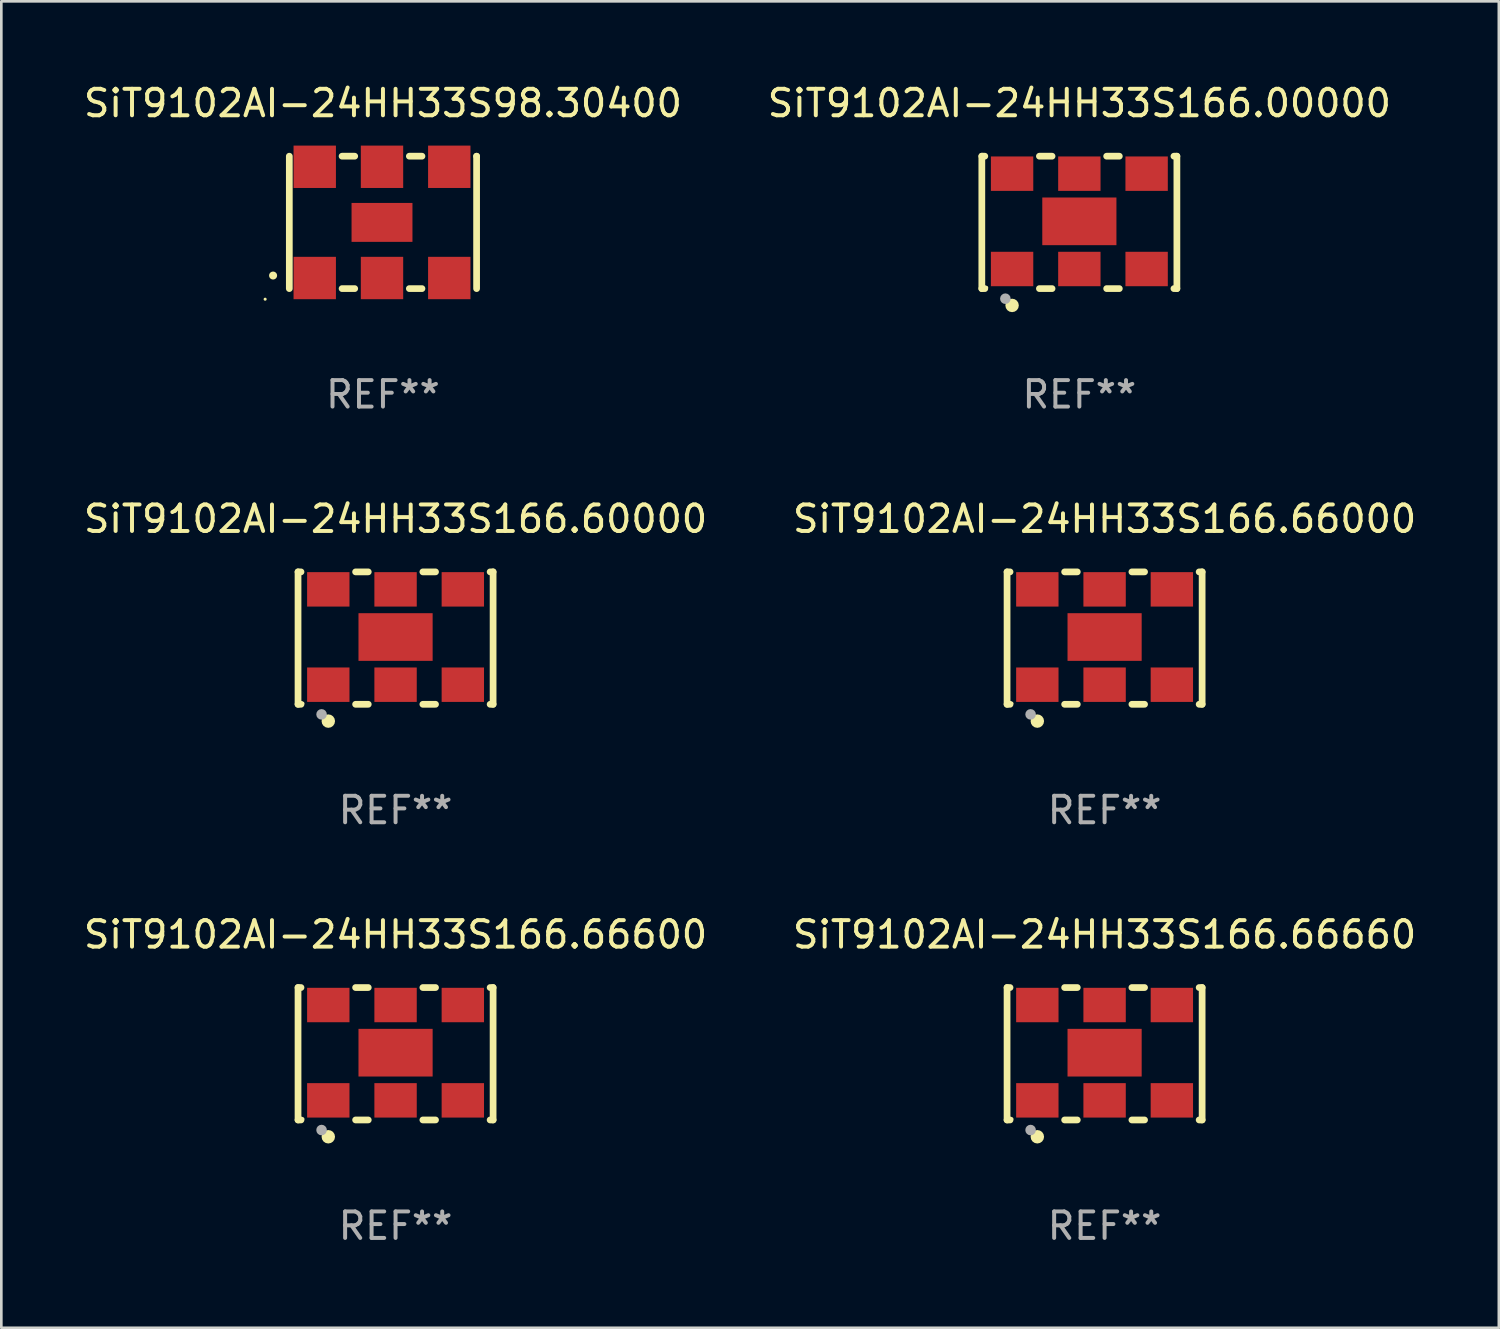
<source format=kicad_pcb>
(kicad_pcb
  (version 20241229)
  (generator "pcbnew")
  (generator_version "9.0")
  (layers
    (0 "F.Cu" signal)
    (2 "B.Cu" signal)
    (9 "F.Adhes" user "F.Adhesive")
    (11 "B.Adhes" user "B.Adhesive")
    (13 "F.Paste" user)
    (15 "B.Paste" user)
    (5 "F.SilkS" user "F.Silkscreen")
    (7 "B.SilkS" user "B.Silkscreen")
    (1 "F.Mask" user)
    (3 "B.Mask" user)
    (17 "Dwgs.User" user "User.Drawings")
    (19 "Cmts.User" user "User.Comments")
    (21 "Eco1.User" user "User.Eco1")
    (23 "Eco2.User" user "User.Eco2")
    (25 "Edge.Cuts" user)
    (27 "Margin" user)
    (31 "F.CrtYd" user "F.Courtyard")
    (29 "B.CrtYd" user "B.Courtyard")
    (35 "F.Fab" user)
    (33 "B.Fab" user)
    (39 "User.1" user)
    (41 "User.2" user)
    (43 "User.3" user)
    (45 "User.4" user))
  (footprint "SiT9102AI-24HH33S98.30400"
    (layer "F.Cu")
    (at 11.411 5.348)
    (property "Reference" "SiT9102AI-24HH33S98.30400" (at 0 -4.5 0) (layer "F.SilkS") (effects (font (size 1 1) (thickness 0.15))))
    (attr through_hole)
    (fp_line (start -3.536 -2.5) (end -3.536 2.5) (stroke (width 0.254) (type solid)) (layer "F.SilkS"))
    (fp_line (start -1.544 2.5) (end -1.067 2.5) (stroke (width 0.254) (type solid)) (layer "F.SilkS"))
    (fp_line (start -1.067 -2.5) (end -1.544 -2.5) (stroke (width 0.254) (type solid)) (layer "F.SilkS"))
    (fp_line (start 0.996 2.5) (end 1.473 2.5) (stroke (width 0.254) (type solid)) (layer "F.SilkS"))
    (fp_line (start 1.473 -2.5) (end 0.996 -2.5) (stroke (width 0.254) (type solid)) (layer "F.SilkS"))
    (fp_line (start 3.536 -2.5) (end 3.536 -2.5) (stroke (width 0.254) (type solid)) (layer "F.SilkS"))
    (fp_line (start 3.536 2.5) (end 3.536 -2.5) (stroke (width 0.254) (type solid)) (layer "F.SilkS"))
    (fp_arc (start -4.150432 2.006604) (mid -4.149162 2.006599) (end -4.147892 2.006604) (stroke (width 0.3) (type solid)) (layer "F.SilkS"))
    (fp_circle (center -4.449 2.9) (end -4.419 2.9) (stroke (width 0.06) (type solid)) (fill no) (layer "F.SilkS"))
    (fp_text user "REF**" (at 0 6.5 0) (layer "F.Fab") (effects (font (size 1 1) (thickness 0.15))))
    (pad "1" smd rect (at -2.576 2.1) (size 1.6 1.6) (layers "F.Cu" "F.Mask" "F.Paste"))
    (pad "2" smd rect (at -0.036 2.1) (size 1.6 1.6) (layers "F.Cu" "F.Mask" "F.Paste"))
    (pad "3" smd rect (at 2.504 2.1) (size 1.6 1.6) (layers "F.Cu" "F.Mask" "F.Paste"))
    (pad "4" smd rect (at 2.504 -2.1) (size 1.6 1.6) (layers "F.Cu" "F.Mask" "F.Paste"))
    (pad "5" smd rect (at -0.036 -2.1) (size 1.6 1.6) (layers "F.Cu" "F.Mask" "F.Paste"))
    (pad "6" smd rect (at -2.576 -2.1) (size 1.6 1.6) (layers "F.Cu" "F.Mask" "F.Paste"))
    (pad "7" smd rect (at -0.036 0) (size 2.3 1.47) (layers "F.Cu" "F.Mask" "F.Paste")))
  (footprint "SiT9102AI-24HH33S166.66660"
    (layer "F.Cu")
    (at 38.661 36.741)
    (property "Reference" "SiT9102AI-24HH33S166.66660" (at 0 -4.5 0) (layer "F.SilkS") (effects (font (size 1 1) (thickness 0.15))))
    (attr through_hole)
    (fp_line (start -3.683 -2.5) (end -3.571 -2.5) (stroke (width 0.254) (type solid)) (layer "F.SilkS"))
    (fp_line (start -3.683 2.5) (end -3.683 -2.5) (stroke (width 0.254) (type solid)) (layer "F.SilkS"))
    (fp_line (start -3.683 2.5) (end -3.571 2.5) (stroke (width 0.254) (type solid)) (layer "F.SilkS"))
    (fp_line (start -1.509 -2.5) (end -1.031 -2.5) (stroke (width 0.254) (type solid)) (layer "F.SilkS"))
    (fp_line (start -1.509 2.5) (end -1.031 2.5) (stroke (width 0.254) (type solid)) (layer "F.SilkS"))
    (fp_line (start 1.031 -2.5) (end 1.509 -2.5) (stroke (width 0.254) (type solid)) (layer "F.SilkS"))
    (fp_line (start 1.031 2.5) (end 1.509 2.5) (stroke (width 0.254) (type solid)) (layer "F.SilkS"))
    (fp_line (start 3.571 -2.5) (end 3.683 -2.5) (stroke (width 0.254) (type solid)) (layer "F.SilkS"))
    (fp_line (start 3.571 2.5) (end 3.683 2.5) (stroke (width 0.254) (type solid)) (layer "F.SilkS"))
    (fp_line (start 3.683 2.5) (end 3.683 -2.5) (stroke (width 0.254) (type solid)) (layer "F.SilkS"))
    (fp_circle (center -3.5 2.46) (end -3.47 2.46) (stroke (width 0.06) (type solid)) (fill no) (layer "F.SilkS"))
    (fp_circle (center -2.54 3.135) (end -2.413 3.135) (stroke (width 0.254) (type solid)) (fill no) (layer "F.SilkS"))
    (fp_circle (center -2.794 2.881) (end -2.694 2.881) (stroke (width 0.2) (type solid)) (fill no) (layer "F.Fab"))
    (fp_text user "REF**" (at 0 6.5 0) (layer "F.Fab") (effects (font (size 1 1) (thickness 0.15))))
    (pad "1" smd rect (at -2.54 1.76) (size 1.6 1.3) (layers "F.Cu" "F.Mask" "F.Paste"))
    (pad "2" smd rect (at 0 1.76) (size 1.6 1.3) (layers "F.Cu" "F.Mask" "F.Paste"))
    (pad "3" smd rect (at 2.54 1.76) (size 1.6 1.3) (layers "F.Cu" "F.Mask" "F.Paste"))
    (pad "4" smd rect (at 2.54 -1.84) (size 1.6 1.3) (layers "F.Cu" "F.Mask" "F.Paste"))
    (pad "5" smd rect (at 0 -1.84) (size 1.6 1.3) (layers "F.Cu" "F.Mask" "F.Paste"))
    (pad "6" smd rect (at -2.54 -1.84) (size 1.6 1.3) (layers "F.Cu" "F.Mask" "F.Paste"))
    (pad "7" smd rect (at 0 -0.04) (size 2.8 1.8) (layers "F.Cu" "F.Mask" "F.Paste")))
  (footprint "SiT9102AI-24HH33S166.60000"
    (layer "F.Cu")
    (at 11.887 21.045)
    (property "Reference" "SiT9102AI-24HH33S166.60000" (at 0 -4.5 0) (layer "F.SilkS") (effects (font (size 1 1) (thickness 0.15))))
    (attr through_hole)
    (fp_line (start -3.683 -2.5) (end -3.571 -2.5) (stroke (width 0.254) (type solid)) (layer "F.SilkS"))
    (fp_line (start -3.683 2.5) (end -3.683 -2.5) (stroke (width 0.254) (type solid)) (layer "F.SilkS"))
    (fp_line (start -3.683 2.5) (end -3.571 2.5) (stroke (width 0.254) (type solid)) (layer "F.SilkS"))
    (fp_line (start -1.509 -2.5) (end -1.031 -2.5) (stroke (width 0.254) (type solid)) (layer "F.SilkS"))
    (fp_line (start -1.509 2.5) (end -1.031 2.5) (stroke (width 0.254) (type solid)) (layer "F.SilkS"))
    (fp_line (start 1.031 -2.5) (end 1.509 -2.5) (stroke (width 0.254) (type solid)) (layer "F.SilkS"))
    (fp_line (start 1.031 2.5) (end 1.509 2.5) (stroke (width 0.254) (type solid)) (layer "F.SilkS"))
    (fp_line (start 3.571 -2.5) (end 3.683 -2.5) (stroke (width 0.254) (type solid)) (layer "F.SilkS"))
    (fp_line (start 3.571 2.5) (end 3.683 2.5) (stroke (width 0.254) (type solid)) (layer "F.SilkS"))
    (fp_line (start 3.683 2.5) (end 3.683 -2.5) (stroke (width 0.254) (type solid)) (layer "F.SilkS"))
    (fp_circle (center -3.5 2.46) (end -3.47 2.46) (stroke (width 0.06) (type solid)) (fill no) (layer "F.SilkS"))
    (fp_circle (center -2.54 3.135) (end -2.413 3.135) (stroke (width 0.254) (type solid)) (fill no) (layer "F.SilkS"))
    (fp_circle (center -2.794 2.881) (end -2.694 2.881) (stroke (width 0.2) (type solid)) (fill no) (layer "F.Fab"))
    (fp_text user "REF**" (at 0 6.5 0) (layer "F.Fab") (effects (font (size 1 1) (thickness 0.15))))
    (pad "1" smd rect (at -2.54 1.76) (size 1.6 1.3) (layers "F.Cu" "F.Mask" "F.Paste"))
    (pad "2" smd rect (at 0 1.76) (size 1.6 1.3) (layers "F.Cu" "F.Mask" "F.Paste"))
    (pad "3" smd rect (at 2.54 1.76) (size 1.6 1.3) (layers "F.Cu" "F.Mask" "F.Paste"))
    (pad "4" smd rect (at 2.54 -1.84) (size 1.6 1.3) (layers "F.Cu" "F.Mask" "F.Paste"))
    (pad "5" smd rect (at 0 -1.84) (size 1.6 1.3) (layers "F.Cu" "F.Mask" "F.Paste"))
    (pad "6" smd rect (at -2.54 -1.84) (size 1.6 1.3) (layers "F.Cu" "F.Mask" "F.Paste"))
    (pad "7" smd rect (at 0 -0.04) (size 2.8 1.8) (layers "F.Cu" "F.Mask" "F.Paste")))
  (footprint "SiT9102AI-24HH33S166.00000"
    (layer "F.Cu")
    (at 37.708 5.348)
    (property "Reference" "SiT9102AI-24HH33S166.00000" (at 0 -4.5 0) (layer "F.SilkS") (effects (font (size 1 1) (thickness 0.15))))
    (attr through_hole)
    (fp_line (start -3.683 -2.5) (end -3.571 -2.5) (stroke (width 0.254) (type solid)) (layer "F.SilkS"))
    (fp_line (start -3.683 2.5) (end -3.683 -2.5) (stroke (width 0.254) (type solid)) (layer "F.SilkS"))
    (fp_line (start -3.683 2.5) (end -3.571 2.5) (stroke (width 0.254) (type solid)) (layer "F.SilkS"))
    (fp_line (start -1.509 -2.5) (end -1.031 -2.5) (stroke (width 0.254) (type solid)) (layer "F.SilkS"))
    (fp_line (start -1.509 2.5) (end -1.031 2.5) (stroke (width 0.254) (type solid)) (layer "F.SilkS"))
    (fp_line (start 1.031 -2.5) (end 1.509 -2.5) (stroke (width 0.254) (type solid)) (layer "F.SilkS"))
    (fp_line (start 1.031 2.5) (end 1.509 2.5) (stroke (width 0.254) (type solid)) (layer "F.SilkS"))
    (fp_line (start 3.571 -2.5) (end 3.683 -2.5) (stroke (width 0.254) (type solid)) (layer "F.SilkS"))
    (fp_line (start 3.571 2.5) (end 3.683 2.5) (stroke (width 0.254) (type solid)) (layer "F.SilkS"))
    (fp_line (start 3.683 2.5) (end 3.683 -2.5) (stroke (width 0.254) (type solid)) (layer "F.SilkS"))
    (fp_circle (center -3.5 2.46) (end -3.47 2.46) (stroke (width 0.06) (type solid)) (fill no) (layer "F.SilkS"))
    (fp_circle (center -2.54 3.135) (end -2.413 3.135) (stroke (width 0.254) (type solid)) (fill no) (layer "F.SilkS"))
    (fp_circle (center -2.794 2.881) (end -2.694 2.881) (stroke (width 0.2) (type solid)) (fill no) (layer "F.Fab"))
    (fp_text user "REF**" (at 0 6.5 0) (layer "F.Fab") (effects (font (size 1 1) (thickness 0.15))))
    (pad "1" smd rect (at -2.54 1.76) (size 1.6 1.3) (layers "F.Cu" "F.Mask" "F.Paste"))
    (pad "2" smd rect (at 0 1.76) (size 1.6 1.3) (layers "F.Cu" "F.Mask" "F.Paste"))
    (pad "3" smd rect (at 2.54 1.76) (size 1.6 1.3) (layers "F.Cu" "F.Mask" "F.Paste"))
    (pad "4" smd rect (at 2.54 -1.84) (size 1.6 1.3) (layers "F.Cu" "F.Mask" "F.Paste"))
    (pad "5" smd rect (at 0 -1.84) (size 1.6 1.3) (layers "F.Cu" "F.Mask" "F.Paste"))
    (pad "6" smd rect (at -2.54 -1.84) (size 1.6 1.3) (layers "F.Cu" "F.Mask" "F.Paste"))
    (pad "7" smd rect (at 0 -0.04) (size 2.8 1.8) (layers "F.Cu" "F.Mask" "F.Paste")))
  (footprint "SiT9102AI-24HH33S166.66000"
    (layer "F.Cu")
    (at 38.661 21.045)
    (property "Reference" "SiT9102AI-24HH33S166.66000" (at 0 -4.5 0) (layer "F.SilkS") (effects (font (size 1 1) (thickness 0.15))))
    (attr through_hole)
    (fp_line (start -3.683 -2.5) (end -3.571 -2.5) (stroke (width 0.254) (type solid)) (layer "F.SilkS"))
    (fp_line (start -3.683 2.5) (end -3.683 -2.5) (stroke (width 0.254) (type solid)) (layer "F.SilkS"))
    (fp_line (start -3.683 2.5) (end -3.571 2.5) (stroke (width 0.254) (type solid)) (layer "F.SilkS"))
    (fp_line (start -1.509 -2.5) (end -1.031 -2.5) (stroke (width 0.254) (type solid)) (layer "F.SilkS"))
    (fp_line (start -1.509 2.5) (end -1.031 2.5) (stroke (width 0.254) (type solid)) (layer "F.SilkS"))
    (fp_line (start 1.031 -2.5) (end 1.509 -2.5) (stroke (width 0.254) (type solid)) (layer "F.SilkS"))
    (fp_line (start 1.031 2.5) (end 1.509 2.5) (stroke (width 0.254) (type solid)) (layer "F.SilkS"))
    (fp_line (start 3.571 -2.5) (end 3.683 -2.5) (stroke (width 0.254) (type solid)) (layer "F.SilkS"))
    (fp_line (start 3.571 2.5) (end 3.683 2.5) (stroke (width 0.254) (type solid)) (layer "F.SilkS"))
    (fp_line (start 3.683 2.5) (end 3.683 -2.5) (stroke (width 0.254) (type solid)) (layer "F.SilkS"))
    (fp_circle (center -3.5 2.46) (end -3.47 2.46) (stroke (width 0.06) (type solid)) (fill no) (layer "F.SilkS"))
    (fp_circle (center -2.54 3.135) (end -2.413 3.135) (stroke (width 0.254) (type solid)) (fill no) (layer "F.SilkS"))
    (fp_circle (center -2.794 2.881) (end -2.694 2.881) (stroke (width 0.2) (type solid)) (fill no) (layer "F.Fab"))
    (fp_text user "REF**" (at 0 6.5 0) (layer "F.Fab") (effects (font (size 1 1) (thickness 0.15))))
    (pad "1" smd rect (at -2.54 1.76) (size 1.6 1.3) (layers "F.Cu" "F.Mask" "F.Paste"))
    (pad "2" smd rect (at 0 1.76) (size 1.6 1.3) (layers "F.Cu" "F.Mask" "F.Paste"))
    (pad "3" smd rect (at 2.54 1.76) (size 1.6 1.3) (layers "F.Cu" "F.Mask" "F.Paste"))
    (pad "4" smd rect (at 2.54 -1.84) (size 1.6 1.3) (layers "F.Cu" "F.Mask" "F.Paste"))
    (pad "5" smd rect (at 0 -1.84) (size 1.6 1.3) (layers "F.Cu" "F.Mask" "F.Paste"))
    (pad "6" smd rect (at -2.54 -1.84) (size 1.6 1.3) (layers "F.Cu" "F.Mask" "F.Paste"))
    (pad "7" smd rect (at 0 -0.04) (size 2.8 1.8) (layers "F.Cu" "F.Mask" "F.Paste")))
  (footprint "SiT9102AI-24HH33S166.66600"
    (layer "F.Cu")
    (at 11.887 36.741)
    (property "Reference" "SiT9102AI-24HH33S166.66600" (at 0 -4.5 0) (layer "F.SilkS") (effects (font (size 1 1) (thickness 0.15))))
    (attr through_hole)
    (fp_line (start -3.683 -2.5) (end -3.571 -2.5) (stroke (width 0.254) (type solid)) (layer "F.SilkS"))
    (fp_line (start -3.683 2.5) (end -3.683 -2.5) (stroke (width 0.254) (type solid)) (layer "F.SilkS"))
    (fp_line (start -3.683 2.5) (end -3.571 2.5) (stroke (width 0.254) (type solid)) (layer "F.SilkS"))
    (fp_line (start -1.509 -2.5) (end -1.031 -2.5) (stroke (width 0.254) (type solid)) (layer "F.SilkS"))
    (fp_line (start -1.509 2.5) (end -1.031 2.5) (stroke (width 0.254) (type solid)) (layer "F.SilkS"))
    (fp_line (start 1.031 -2.5) (end 1.509 -2.5) (stroke (width 0.254) (type solid)) (layer "F.SilkS"))
    (fp_line (start 1.031 2.5) (end 1.509 2.5) (stroke (width 0.254) (type solid)) (layer "F.SilkS"))
    (fp_line (start 3.571 -2.5) (end 3.683 -2.5) (stroke (width 0.254) (type solid)) (layer "F.SilkS"))
    (fp_line (start 3.571 2.5) (end 3.683 2.5) (stroke (width 0.254) (type solid)) (layer "F.SilkS"))
    (fp_line (start 3.683 2.5) (end 3.683 -2.5) (stroke (width 0.254) (type solid)) (layer "F.SilkS"))
    (fp_circle (center -3.5 2.46) (end -3.47 2.46) (stroke (width 0.06) (type solid)) (fill no) (layer "F.SilkS"))
    (fp_circle (center -2.54 3.135) (end -2.413 3.135) (stroke (width 0.254) (type solid)) (fill no) (layer "F.SilkS"))
    (fp_circle (center -2.794 2.881) (end -2.694 2.881) (stroke (width 0.2) (type solid)) (fill no) (layer "F.Fab"))
    (fp_text user "REF**" (at 0 6.5 0) (layer "F.Fab") (effects (font (size 1 1) (thickness 0.15))))
    (pad "1" smd rect (at -2.54 1.76) (size 1.6 1.3) (layers "F.Cu" "F.Mask" "F.Paste"))
    (pad "2" smd rect (at 0 1.76) (size 1.6 1.3) (layers "F.Cu" "F.Mask" "F.Paste"))
    (pad "3" smd rect (at 2.54 1.76) (size 1.6 1.3) (layers "F.Cu" "F.Mask" "F.Paste"))
    (pad "4" smd rect (at 2.54 -1.84) (size 1.6 1.3) (layers "F.Cu" "F.Mask" "F.Paste"))
    (pad "5" smd rect (at 0 -1.84) (size 1.6 1.3) (layers "F.Cu" "F.Mask" "F.Paste"))
    (pad "6" smd rect (at -2.54 -1.84) (size 1.6 1.3) (layers "F.Cu" "F.Mask" "F.Paste"))
    (pad "7" smd rect (at 0 -0.04) (size 2.8 1.8) (layers "F.Cu" "F.Mask" "F.Paste")))
  (gr_rect
    (start -3 -3)
    (end 53.548 47.09)
    (stroke (width 0.1) (type default))
    (fill no)
    (layer "Edge.Cuts")))
</source>
